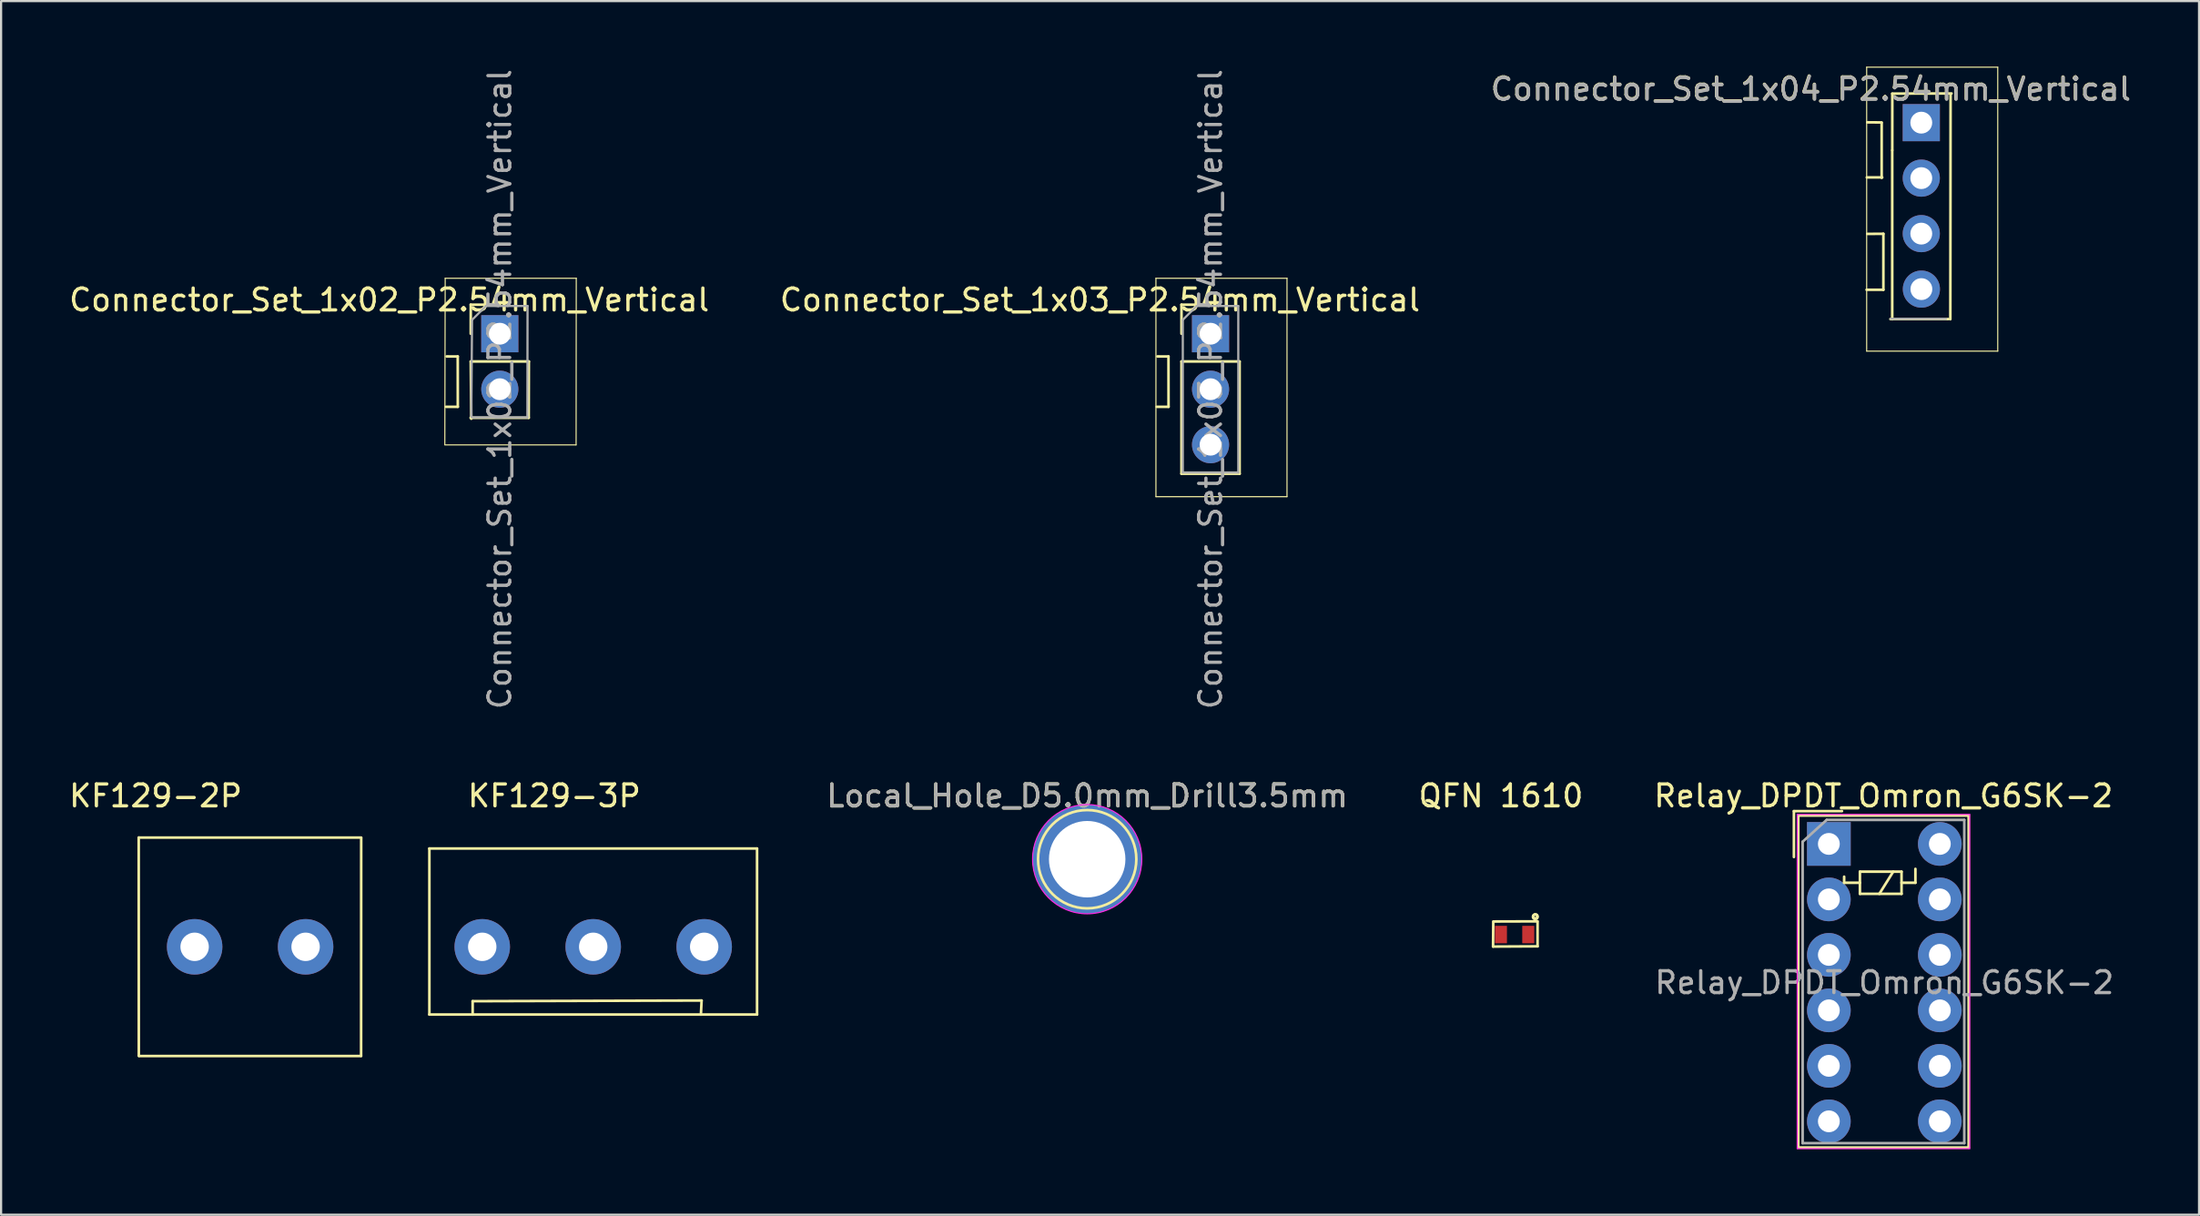
<source format=kicad_pcb>
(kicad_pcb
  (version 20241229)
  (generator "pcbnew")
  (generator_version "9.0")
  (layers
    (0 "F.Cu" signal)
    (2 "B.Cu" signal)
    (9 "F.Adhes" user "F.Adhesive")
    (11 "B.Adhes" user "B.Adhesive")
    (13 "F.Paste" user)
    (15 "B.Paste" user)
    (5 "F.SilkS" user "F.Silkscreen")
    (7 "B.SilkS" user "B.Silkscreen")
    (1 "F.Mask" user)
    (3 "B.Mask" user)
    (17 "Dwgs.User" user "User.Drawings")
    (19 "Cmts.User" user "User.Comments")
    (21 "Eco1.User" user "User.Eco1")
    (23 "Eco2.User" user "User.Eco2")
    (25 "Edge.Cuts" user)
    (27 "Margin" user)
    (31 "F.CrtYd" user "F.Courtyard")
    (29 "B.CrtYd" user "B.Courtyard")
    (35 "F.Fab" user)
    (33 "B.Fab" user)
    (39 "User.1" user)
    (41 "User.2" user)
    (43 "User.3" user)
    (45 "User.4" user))
  (footprint "Relay_DPDT_Omron_G6SK-2"
    (layer "F.Cu")
    (at 80.671 35.584)
    (property "Reference" "Relay_DPDT_Omron_G6SK-2" (at 2.5 -2.2 0) (layer "F.SilkS") (effects (font (size 1 1) (thickness 0.15))))
    (attr through_hole)
    (fp_line (start -1.6 -1.5) (end 0.6 -1.5) (stroke (width 0.12) (type solid)) (layer "F.SilkS"))
    (fp_line (start -1.6 0.6) (end -1.6 -1.5) (stroke (width 0.12) (type solid)) (layer "F.SilkS"))
    (fp_line (start -1.4 -1.3) (end 6.4 -1.3) (stroke (width 0.12) (type solid)) (layer "F.SilkS"))
    (fp_line (start -1.4 13.9) (end -1.4 -1.3) (stroke (width 0.12) (type solid)) (layer "F.SilkS"))
    (fp_line (start 0.7 1.5) (end 0.7 1.778) (stroke (width 0.12) (type solid)) (layer "F.SilkS"))
    (fp_line (start 0.7 1.778) (end 1.422 1.778) (stroke (width 0.12) (type solid)) (layer "F.SilkS"))
    (fp_line (start 1.422 1.27) (end 1.422 2.286) (stroke (width 0.12) (type solid)) (layer "F.SilkS"))
    (fp_line (start 1.422 2.286) (end 3.327 2.286) (stroke (width 0.12) (type solid)) (layer "F.SilkS"))
    (fp_line (start 2.946 1.27) (end 2.311 2.286) (stroke (width 0.12) (type solid)) (layer "F.SilkS"))
    (fp_line (start 3.327 1.27) (end 1.422 1.27) (stroke (width 0.12) (type solid)) (layer "F.SilkS"))
    (fp_line (start 3.327 1.27) (end 3.327 2.286) (stroke (width 0.12) (type solid)) (layer "F.SilkS"))
    (fp_line (start 3.962 1.143) (end 3.962 1.778) (stroke (width 0.12) (type solid)) (layer "F.SilkS"))
    (fp_line (start 3.962 1.778) (end 3.327 1.778) (stroke (width 0.12) (type solid)) (layer "F.SilkS"))
    (fp_line (start 6.4 -1.3) (end 6.4 13.9) (stroke (width 0.12) (type solid)) (layer "F.SilkS"))
    (fp_line (start 6.4 13.9) (end -1.4 13.9) (stroke (width 0.12) (type solid)) (layer "F.SilkS"))
    (fp_line (start -1.45 -1.35) (end -1.45 13.95) (stroke (width 0.05) (type solid)) (layer "F.CrtYd"))
    (fp_line (start -1.45 -1.35) (end 6.45 -1.35) (stroke (width 0.05) (type solid)) (layer "F.CrtYd"))
    (fp_line (start 6.45 13.95) (end -1.45 13.95) (stroke (width 0.05) (type solid)) (layer "F.CrtYd"))
    (fp_line (start 6.45 13.95) (end 6.45 -1.35) (stroke (width 0.05) (type solid)) (layer "F.CrtYd"))
    (fp_line (start -1.2 -0.1) (end -0.1 -1.1) (stroke (width 0.12) (type solid)) (layer "F.Fab"))
    (fp_line (start -1.2 13.7) (end -1.2 -0.1) (stroke (width 0.12) (type solid)) (layer "F.Fab"))
    (fp_line (start -0.1 -1.1) (end 6.2 -1.1) (stroke (width 0.12) (type solid)) (layer "F.Fab"))
    (fp_line (start 6.2 -1.1) (end 6.2 13.7) (stroke (width 0.12) (type solid)) (layer "F.Fab"))
    (fp_line (start 6.2 13.7) (end -1.2 13.7) (stroke (width 0.12) (type solid)) (layer "F.Fab"))
    (fp_text user "${REFERENCE}" (at 2.54 6.35 0) (layer "F.Fab") (effects (font (size 1 1) (thickness 0.15))))
    (pad "" thru_hole circle (at 0 2.54) (size 2 2) (drill 1) (layers "*.Cu" "*.Mask"))
    (pad "" thru_hole circle (at 0 12.7) (size 2 2) (drill 1) (layers "*.Cu" "*.Mask"))
    (pad "" thru_hole circle (at 5.08 2.54) (size 2 2) (drill 1) (layers "*.Cu" "*.Mask"))
    (pad "" thru_hole circle (at 5.08 12.7) (size 2 2) (drill 1) (layers "*.Cu" "*.Mask"))
    (pad "1" thru_hole rect (at 0 0) (size 2 2) (drill 1) (layers "*.Cu" "*.Mask"))
    (pad "3" thru_hole circle (at 0 5.08) (size 2 2) (drill 1) (layers "*.Cu" "*.Mask"))
    (pad "4" thru_hole circle (at 0 7.62 270) (size 2 2) (drill 1) (layers "*.Cu" "*.Mask"))
    (pad "5" thru_hole circle (at 0 10.16) (size 2 2) (drill 1) (layers "*.Cu" "*.Mask"))
    (pad "8" thru_hole circle (at 5.08 10.16) (size 2 2) (drill 1) (layers "*.Cu" "*.Mask"))
    (pad "9" thru_hole circle (at 5.08 7.62 270) (size 2 2) (drill 1) (layers "*.Cu" "*.Mask"))
    (pad "10" thru_hole circle (at 5.08 5.08) (size 2 2) (drill 1) (layers "*.Cu" "*.Mask"))
    (pad "12" thru_hole circle (at 5.08 0) (size 2 2) (drill 1) (layers "*.Cu" "*.Mask")))
  (footprint "Connector_Set_1x02_P2.54mm_Vertical"
    (layer "F.Cu")
    (at 19.83 12.228)
    (property "Reference" "Connector_Set_1x02_P2.54mm_Vertical" (at -5.062 -1.547 0) (layer "F.SilkS") (effects (font (size 1 1) (thickness 0.15))))
    (attr through_hole)
    (fp_line (start -2.51 5.09) (end 3.49 5.09) (stroke (width 0.05) (type solid)) (layer "F.SilkS"))
    (fp_line (start -2.5 -2.54) (end -2.517 5.083) (stroke (width 0.05) (type solid)) (layer "F.SilkS"))
    (fp_line (start -2.5 -2.54) (end 3.5 -2.54) (stroke (width 0.05) (type solid)) (layer "F.SilkS"))
    (fp_line (start -2.434 1.039) (end -1.926 1.041) (stroke (width 0.12) (type solid)) (layer "F.SilkS"))
    (fp_line (start -1.926 1.041) (end -1.923 3.345) (stroke (width 0.12) (type solid)) (layer "F.SilkS"))
    (fp_line (start -1.923 3.345) (end -2.462 3.345) (stroke (width 0.12) (type solid)) (layer "F.SilkS"))
    (fp_line (start -1.337 3.848) (end 1.323 3.848) (stroke (width 0.12) (type solid)) (layer "F.SilkS"))
    (fp_line (start -1.33 -1.33) (end 0 -1.33) (stroke (width 0.12) (type solid)) (layer "F.SilkS"))
    (fp_line (start -1.33 0) (end -1.33 -1.33) (stroke (width 0.12) (type solid)) (layer "F.SilkS"))
    (fp_line (start -1.33 1.27) (end -1.306 3.891) (stroke (width 0.12) (type solid)) (layer "F.SilkS"))
    (fp_line (start -1.33 1.27) (end 1.33 1.27) (stroke (width 0.12) (type solid)) (layer "F.SilkS"))
    (fp_line (start 1.33 1.27) (end 1.323 3.848) (stroke (width 0.12) (type solid)) (layer "F.SilkS"))
    (fp_line (start 3.5 -2.54) (end 3.493 5.09) (stroke (width 0.05) (type solid)) (layer "F.SilkS"))
    (fp_line (start -1.306 3.785) (end -1.27 -0.635) (stroke (width 0.1) (type solid)) (layer "F.Fab"))
    (fp_line (start -1.27 -0.635) (end -0.635 -1.27) (stroke (width 0.1) (type solid)) (layer "F.Fab"))
    (fp_line (start -0.635 -1.27) (end 1.27 -1.27) (stroke (width 0.1) (type solid)) (layer "F.Fab"))
    (fp_line (start 1.262 3.828) (end -1.278 3.828) (stroke (width 0.1) (type solid)) (layer "F.Fab"))
    (fp_line (start 1.27 -1.27) (end 1.262 3.828) (stroke (width 0.1) (type solid)) (layer "F.Fab"))
    (fp_text user "${REFERENCE}" (at 0 2.54 90) (layer "F.Fab") (effects (font (size 1 1) (thickness 0.15))))
    (pad "1" thru_hole rect (at 0 0) (size 1.7 1.7) (drill 1) (layers "*.Cu" "*.Mask"))
    (pad "2" thru_hole oval (at 0 2.54) (size 1.7 1.7) (drill 1) (layers "*.Cu" "*.Mask")))
  (footprint "QFN 1610"
    (layer "F.Cu")
    (at 65.66 39.734)
    (property "Reference" "QFN 1610" (at 0 -6.35 0) (layer "F.SilkS") (effects (font (size 1 1) (thickness 0.15))))
    (attr through_hole)
    (fp_line (start -0.361 0.549) (end -0.351 -0.599) (stroke (width 0.12) (type solid)) (layer "F.SilkS"))
    (fp_line (start -0.33 -0.599) (end 1.661 -0.605) (stroke (width 0.12) (type solid)) (layer "F.SilkS"))
    (fp_line (start 1.676 -0.605) (end 1.676 0.538) (stroke (width 0.12) (type solid)) (layer "F.SilkS"))
    (fp_line (start 1.676 0.538) (end -0.361 0.549) (stroke (width 0.12) (type solid)) (layer "F.SilkS"))
    (fp_circle (center 1.57 -0.813) (end 1.6 -0.848) (stroke (width 0.12) (type solid)) (fill no) (layer "F.SilkS"))
    (fp_circle (center 1.575 -0.833) (end 1.519 -0.909) (stroke (width 0.12) (type solid)) (fill no) (layer "F.SilkS"))
    (pad "1" smd rect (at 1.25 0) (size 0.55 0.8) (layers "F.Cu" "F.Mask" "F.Paste"))
    (pad "2" smd rect (at 0 0) (size 0.55 0.8) (layers "F.Cu" "F.Mask" "F.Paste")))
  (footprint "KF129-2P"
    (layer "F.Cu")
    (at 5.86 40.295)
    (property "Reference" "KF129-2P" (at -1.783 -6.911 0) (layer "F.SilkS") (effects (font (size 1 1) (thickness 0.15))))
    (attr through_hole)
    (fp_line (start -2.56 -5.004) (end -2.555 4.994) (stroke (width 0.12) (type solid)) (layer "F.SilkS"))
    (fp_line (start -2.54 -5) (end 7.62 -5) (stroke (width 0.12) (type solid)) (layer "F.SilkS"))
    (fp_line (start -2.54 5) (end 7.62 5) (stroke (width 0.12) (type solid)) (layer "F.SilkS"))
    (fp_line (start 7.625 -4.996) (end 7.62 4.991) (stroke (width 0.12) (type solid)) (layer "F.SilkS"))
    (pad "1" thru_hole circle (at 0 0) (size 2.54 2.54) (drill 1.3) (layers "*.Cu" "*.Mask"))
    (pad "2" thru_hole circle (at 5.08 0) (size 2.54 2.54) (drill 1.3) (layers "*.Cu" "*.Mask")))
  (footprint "Local_Hole_D5.0mm_Drill3.5mm"
    (layer "F.Cu")
    (at 46.719 36.284)
    (property "Reference" "Local_Hole_D5.0mm_Drill3.5mm" (at 0 -2.898 0) (layer "F.SilkS") (effects (font (size 1 1) (thickness 0.15))))
    (attr exclude_from_pos_files exclude_from_bom)
    (fp_circle (center 0 0) (end 0 2.25) (stroke (width 0.12) (type solid)) (fill no) (layer "F.SilkS"))
    (fp_circle (center 0 0) (end 2.5 0) (stroke (width 0.05) (type solid)) (fill no) (layer "F.CrtYd"))
    (fp_text user "${REFERENCE}" (at 0 -2.9 0) (layer "F.Fab") (effects (font (size 1 1) (thickness 0.15))))
    (pad "1" thru_hole circle (at 0 0) (size 5 5) (drill 3.5) (layers "*.Cu" "*.Mask")))
  (footprint "Connector_Set_1x03_P2.54mm_Vertical"
    (layer "F.Cu")
    (at 52.366 12.228)
    (property "Reference" "Connector_Set_1x03_P2.54mm_Vertical" (at -5.062 -1.547 0) (layer "F.SilkS") (effects (font (size 1 1) (thickness 0.15))))
    (attr through_hole)
    (fp_line (start -2.5 7.46) (end 3.5 7.46) (stroke (width 0.05) (type solid)) (layer "F.SilkS"))
    (fp_line (start -2.5 -2.54) (end -2.5 7.46) (stroke (width 0.05) (type solid)) (layer "F.SilkS"))
    (fp_line (start -2.5 -2.54) (end 3.5 -2.54) (stroke (width 0.05) (type solid)) (layer "F.SilkS"))
    (fp_line (start -2.434 1.039) (end -1.926 1.041) (stroke (width 0.12) (type solid)) (layer "F.SilkS"))
    (fp_line (start -1.926 1.041) (end -1.923 3.345) (stroke (width 0.12) (type solid)) (layer "F.SilkS"))
    (fp_line (start -1.923 3.345) (end -2.462 3.345) (stroke (width 0.12) (type solid)) (layer "F.SilkS"))
    (fp_line (start -1.33 -1.33) (end 0 -1.33) (stroke (width 0.12) (type solid)) (layer "F.SilkS"))
    (fp_line (start -1.33 0) (end -1.33 -1.33) (stroke (width 0.12) (type solid)) (layer "F.SilkS"))
    (fp_line (start -1.33 1.27) (end -1.33 6.41) (stroke (width 0.12) (type solid)) (layer "F.SilkS"))
    (fp_line (start -1.33 1.27) (end 1.33 1.27) (stroke (width 0.12) (type solid)) (layer "F.SilkS"))
    (fp_line (start -1.33 6.41) (end 1.33 6.41) (stroke (width 0.12) (type solid)) (layer "F.SilkS"))
    (fp_line (start 1.33 1.27) (end 1.33 6.41) (stroke (width 0.12) (type solid)) (layer "F.SilkS"))
    (fp_line (start 3.5 -2.54) (end 3.5 7.46) (stroke (width 0.05) (type solid)) (layer "F.SilkS"))
    (fp_line (start -1.27 -0.635) (end -0.635 -1.27) (stroke (width 0.1) (type solid)) (layer "F.Fab"))
    (fp_line (start -1.27 6.35) (end -1.27 -0.635) (stroke (width 0.1) (type solid)) (layer "F.Fab"))
    (fp_line (start -0.635 -1.27) (end 1.27 -1.27) (stroke (width 0.1) (type solid)) (layer "F.Fab"))
    (fp_line (start 1.27 -1.27) (end 1.27 6.35) (stroke (width 0.1) (type solid)) (layer "F.Fab"))
    (fp_line (start 1.27 6.35) (end -1.27 6.35) (stroke (width 0.1) (type solid)) (layer "F.Fab"))
    (fp_text user "${REFERENCE}" (at 0 2.54 90) (layer "F.Fab") (effects (font (size 1 1) (thickness 0.15))))
    (pad "1" thru_hole rect (at 0 0) (size 1.7 1.7) (drill 1) (layers "*.Cu" "*.Mask"))
    (pad "2" thru_hole oval (at 0 2.54) (size 1.7 1.7) (drill 1) (layers "*.Cu" "*.Mask"))
    (pad "3" thru_hole oval (at 0 5.08) (size 1.7 1.7) (drill 1) (layers "*.Cu" "*.Mask")))
  (footprint "Connector_Set_1x04_P2.54mm_Vertical"
    (layer "F.Cu")
    (at 84.902 2.565)
    (property "Reference" "Connector_Set_1x04_P2.54mm_Vertical" (at -5.062 -1.547 0) (layer "F.SilkS") (effects (font (size 1 1) (thickness 0.15))))
    (attr through_hole)
    (fp_line (start -2.5 -2.54) (end -2.5 10.46) (stroke (width 0.05) (type solid)) (layer "F.SilkS"))
    (fp_line (start -2.5 -2.54) (end 3.5 -2.54) (stroke (width 0.05) (type solid)) (layer "F.SilkS"))
    (fp_line (start -2.497 10.46) (end 3.503 10.46) (stroke (width 0.05) (type solid)) (layer "F.SilkS"))
    (fp_line (start -2.494 2.507) (end -1.788 2.507) (stroke (width 0.12) (type solid)) (layer "F.SilkS"))
    (fp_line (start -2.474 5.093) (end -1.735 5.088) (stroke (width 0.12) (type solid)) (layer "F.SilkS"))
    (fp_line (start -1.816 -0.01) (end -2.471 -0.015) (stroke (width 0.12) (type solid)) (layer "F.SilkS"))
    (fp_line (start -1.814 0.008) (end -1.814 2.527) (stroke (width 0.12) (type solid)) (layer "F.SilkS"))
    (fp_line (start -1.735 5.088) (end -1.735 7.65) (stroke (width 0.12) (type solid)) (layer "F.SilkS"))
    (fp_line (start -1.735 7.65) (end -2.504 7.65) (stroke (width 0.12) (type solid)) (layer "F.SilkS"))
    (fp_line (start -1.413 8.992) (end 1.247 8.992) (stroke (width 0.12) (type solid)) (layer "F.SilkS"))
    (fp_line (start -1.33 -1.33) (end 1.384 -1.336) (stroke (width 0.12) (type solid)) (layer "F.SilkS"))
    (fp_line (start -1.33 1.27) (end -1.33 9) (stroke (width 0.12) (type solid)) (layer "F.SilkS"))
    (fp_line (start -1.328 1.26) (end -1.326 -1.321) (stroke (width 0.12) (type solid)) (layer "F.SilkS"))
    (fp_line (start 1.341 -1.306) (end 1.33 9) (stroke (width 0.12) (type solid)) (layer "F.SilkS"))
    (fp_line (start 3.5 -2.54) (end 3.5 10.46) (stroke (width 0.05) (type solid)) (layer "F.SilkS"))
    (fp_line (start 1.135 8.979) (end -1.405 8.979) (stroke (width 0.1) (type solid)) (layer "F.Fab"))
    (fp_text user "${REFERENCE}" (at -5.052 -1.529 180) (layer "F.Fab") (effects (font (size 1 1) (thickness 0.15))))
    (pad "1" thru_hole rect (at 0 0) (size 1.7 1.7) (drill 1) (layers "*.Cu" "*.Mask"))
    (pad "2" thru_hole oval (at 0 2.54) (size 1.7 1.7) (drill 1) (layers "*.Cu" "*.Mask"))
    (pad "3" thru_hole oval (at 0 5.08) (size 1.7 1.7) (drill 1) (layers "*.Cu" "*.Mask"))
    (pad "4" thru_hole oval (at 0.005 7.62) (size 1.7 1.7) (drill 1) (layers "*.Cu" "*.Mask")))
  (footprint "KF129-3P"
    (layer "F.Cu")
    (at 24.106 40.295)
    (property "Reference" "KF129-3P" (at -1.783 -6.911 0) (layer "F.SilkS") (effects (font (size 1 1) (thickness 0.15))))
    (attr through_hole)
    (fp_line (start -7.5 -4.5) (end -7.5 3.1) (stroke (width 0.12) (type solid)) (layer "F.SilkS"))
    (fp_line (start -7.5 -4.5) (end 7.5 -4.5) (stroke (width 0.12) (type solid)) (layer "F.SilkS"))
    (fp_line (start -7.5 3.1) (end 7.5 3.1) (stroke (width 0.12) (type solid)) (layer "F.SilkS"))
    (fp_line (start -5.519 2.489) (end 4.961 2.459) (stroke (width 0.12) (type solid)) (layer "F.SilkS"))
    (fp_line (start -5.519 3.104) (end -5.519 2.489) (stroke (width 0.12) (type solid)) (layer "F.SilkS"))
    (fp_line (start 4.961 2.459) (end 4.93 3.104) (stroke (width 0.12) (type solid)) (layer "F.SilkS"))
    (fp_line (start 7.5 -4.5) (end 7.5 3.1) (stroke (width 0.12) (type solid)) (layer "F.SilkS"))
    (pad "1" thru_hole circle (at -5.08 0) (size 2.54 2.54) (drill 1.3) (layers "*.Cu" "*.Mask"))
    (pad "2" thru_hole circle (at 0 0) (size 2.54 2.54) (drill 1.3) (layers "*.Cu" "*.Mask"))
    (pad "3" thru_hole circle (at 5.08 0) (size 2.54 2.54) (drill 1.3) (layers "*.Cu" "*.Mask")))
  (gr_rect
    (start -3 -3)
    (end 97.617 52.559)
    (stroke (width 0.1) (type default))
    (fill no)
    (layer "Edge.Cuts")))
</source>
